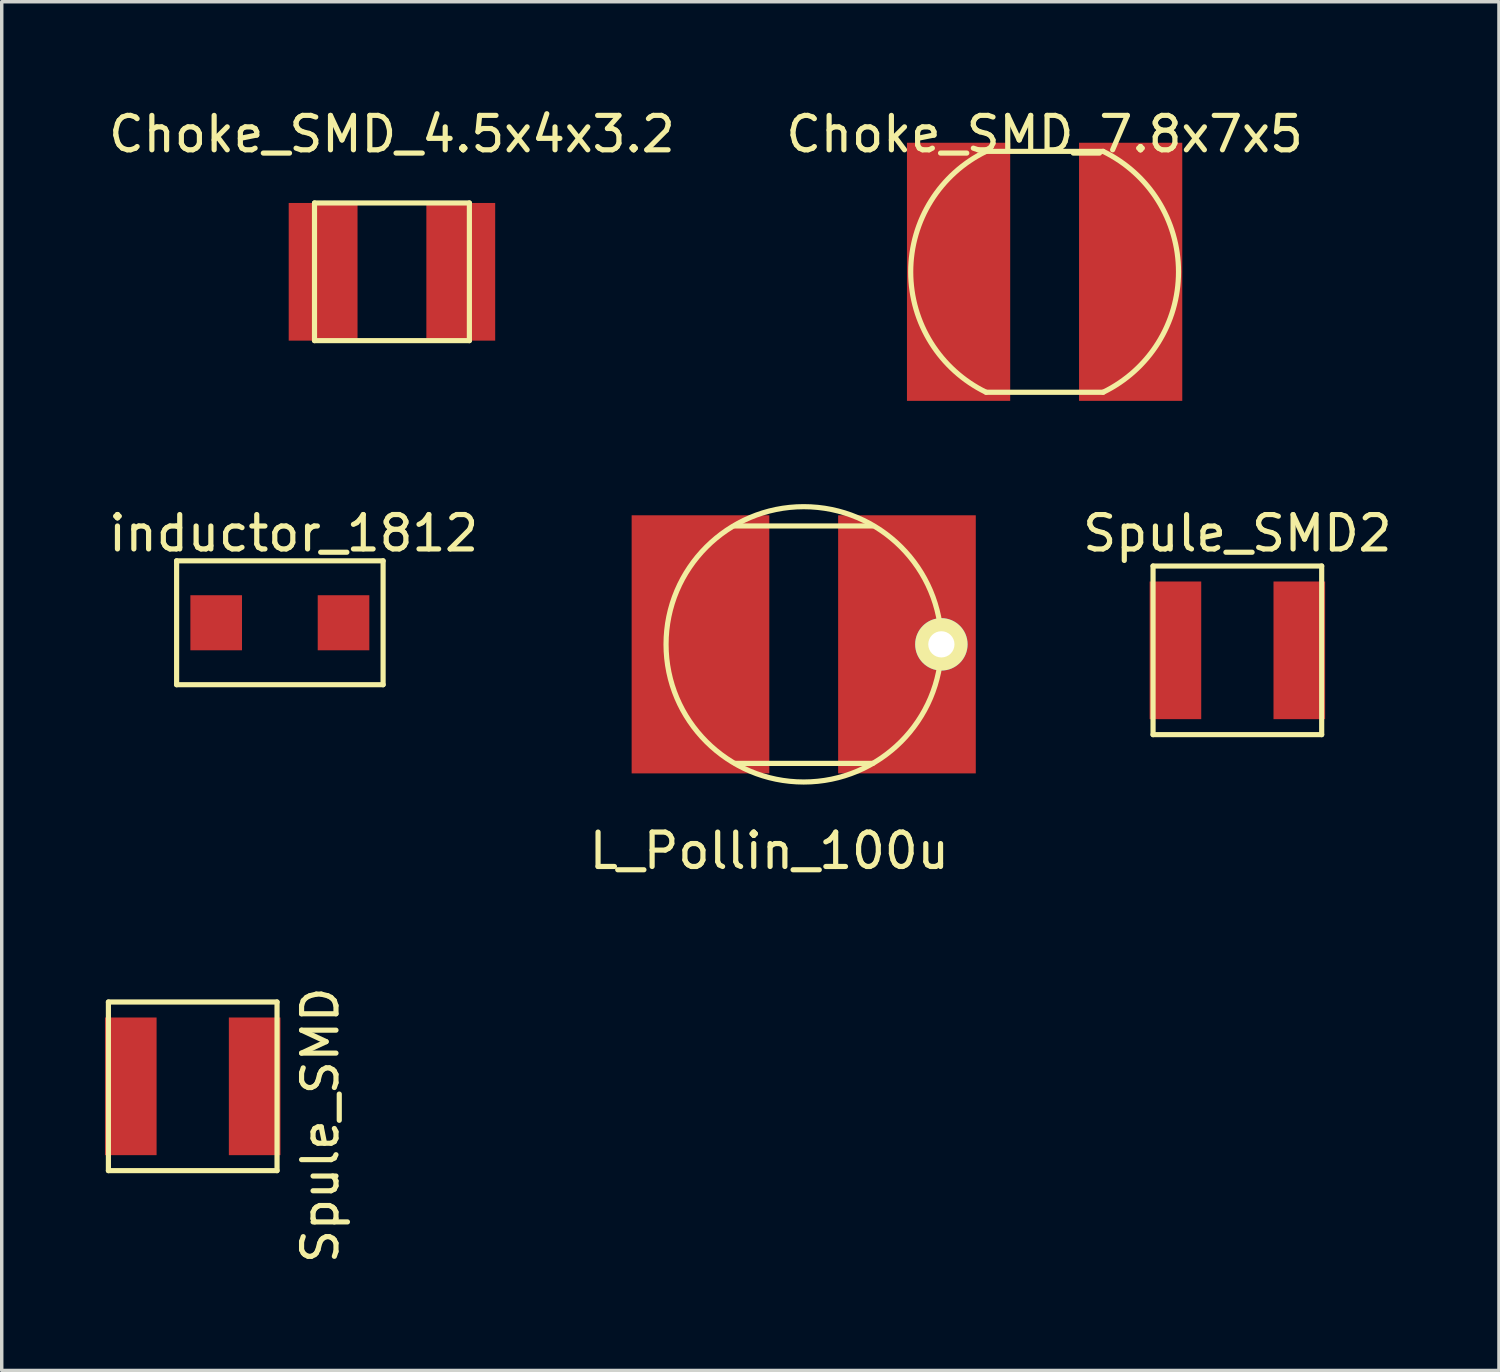
<source format=kicad_pcb>
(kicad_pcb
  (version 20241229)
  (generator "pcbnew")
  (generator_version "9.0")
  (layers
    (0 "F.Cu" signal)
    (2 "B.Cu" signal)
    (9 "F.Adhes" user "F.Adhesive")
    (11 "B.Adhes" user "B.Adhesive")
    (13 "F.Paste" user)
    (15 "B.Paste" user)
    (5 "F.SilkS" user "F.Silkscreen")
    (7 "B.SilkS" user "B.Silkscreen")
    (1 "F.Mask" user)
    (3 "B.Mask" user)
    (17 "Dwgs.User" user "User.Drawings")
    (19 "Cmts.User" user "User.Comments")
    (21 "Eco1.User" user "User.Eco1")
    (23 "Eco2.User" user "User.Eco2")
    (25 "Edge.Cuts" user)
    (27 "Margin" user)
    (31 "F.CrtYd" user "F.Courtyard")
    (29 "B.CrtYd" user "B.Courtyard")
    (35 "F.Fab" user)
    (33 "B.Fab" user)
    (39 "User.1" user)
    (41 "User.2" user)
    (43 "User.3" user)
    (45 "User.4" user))
  (footprint "Spule_SMD"
    (layer "F.Cu")
    (at 2.55 28.516)
    (property "Reference" "Spule_SMD" (at 3.708 1.13 90) (layer "F.SilkS") (effects (font (size 1 1) (thickness 0.15))))
    (attr through_hole)
    (fp_line (start -2.45 -2.45) (end -2.45 2.45) (stroke (width 0.15) (type solid)) (layer "F.SilkS"))
    (fp_line (start -2.45 2.45) (end 2.45 2.45) (stroke (width 0.15) (type solid)) (layer "F.SilkS"))
    (fp_line (start 2.45 -2.45) (end -2.45 -2.45) (stroke (width 0.15) (type solid)) (layer "F.SilkS"))
    (fp_line (start 2.45 2.45) (end 2.45 -2.45) (stroke (width 0.15) (type solid)) (layer "F.SilkS"))
    (pad "1" smd rect (at -1.8 0) (size 1.5 4) (layers "F.Cu" "F.Mask" "F.Paste"))
    (pad "2" smd rect (at 1.8 0) (size 1.5 4) (layers "F.Cu" "F.Mask" "F.Paste")))
  (footprint "inductor_1812"
    (layer "F.Cu")
    (at 5.082 15.046)
    (property "Reference" "inductor_1812" (at 0.4 -2.6 0) (layer "F.SilkS") (effects (font (size 1 1) (thickness 0.15))))
    (attr through_hole)
    (fp_line (start -3 -1.8) (end 3 -1.8) (stroke (width 0.15) (type solid)) (layer "F.SilkS"))
    (fp_line (start -3 1.8) (end -3 -1.8) (stroke (width 0.15) (type solid)) (layer "F.SilkS"))
    (fp_line (start 3 -1.8) (end 3 1.8) (stroke (width 0.15) (type solid)) (layer "F.SilkS"))
    (fp_line (start 3 1.8) (end -3 1.8) (stroke (width 0.15) (type solid)) (layer "F.SilkS"))
    (pad "1" smd rect (at -1.85 0) (size 1.5 1.6) (layers "F.Cu" "F.Mask" "F.Paste"))
    (pad "2" smd rect (at 1.85 0) (size 1.5 1.6) (layers "F.Cu" "F.Mask" "F.Paste")))
  (footprint "L_Pollin_100u"
    (layer "F.Cu")
    (at 16.304 19.673)
    (property "Reference" "L_Pollin_100u" (at 3 2 0) (layer "F.SilkS") (effects (font (size 1 1) (thickness 0.15))))
    (attr through_hole)
    (fp_line (start 2 -7.44) (end 6 -7.44) (stroke (width 0.15) (type solid)) (layer "F.SilkS"))
    (fp_line (start 2.01 -0.54) (end 6.01 -0.54) (stroke (width 0.15) (type solid)) (layer "F.SilkS"))
    (fp_circle (center 4 -4) (end 4 0) (stroke (width 0.15) (type solid)) (fill no) (layer "F.SilkS"))
    (pad "1" smd rect (at 1 -4) (size 4 7.5) (layers "F.Cu" "F.Mask" "F.Paste"))
    (pad "2" smd rect (at 7 -4) (size 4 7.5) (layers "F.Cu" "F.Mask" "F.Paste"))
    (pad "2" thru_hole circle (at 8 -4) (size 1.524 1.524) (drill 0.762) (layers "*.Cu" "*.Mask" "F.SilkS")))
  (footprint "Choke_SMD_4.5x4x3.2"
    (layer "F.Cu")
    (at 8.339 4.848)
    (property "Reference" "Choke_SMD_4.5x4x3.2" (at 0 -4 0) (layer "F.SilkS") (effects (font (size 1 1) (thickness 0.15))))
    (attr through_hole)
    (fp_line (start -2.25 -2) (end 2.25 -2) (stroke (width 0.15) (type solid)) (layer "F.SilkS"))
    (fp_line (start -2.25 2) (end -2.25 -2) (stroke (width 0.15) (type solid)) (layer "F.SilkS"))
    (fp_line (start 2.25 -2) (end 2.25 2) (stroke (width 0.15) (type solid)) (layer "F.SilkS"))
    (fp_line (start 2.25 2) (end -2.25 2) (stroke (width 0.15) (type solid)) (layer "F.SilkS"))
    (pad "1" smd rect (at -2 0) (size 2 4) (layers "F.Cu" "F.Mask" "F.Paste"))
    (pad "2" smd rect (at 2 0) (size 2 4) (layers "F.Cu" "F.Mask" "F.Paste")))
  (footprint "Spule_SMD2"
    (layer "F.Cu")
    (at 32.905 15.847)
    (property "Reference" "Spule_SMD2" (at 0 -3.4 0) (layer "F.SilkS") (effects (font (size 1 1) (thickness 0.15))))
    (attr through_hole)
    (fp_line (start -2.45 -2.45) (end -2.45 2.45) (stroke (width 0.15) (type solid)) (layer "F.SilkS"))
    (fp_line (start -2.45 2.45) (end 2.45 2.45) (stroke (width 0.15) (type solid)) (layer "F.SilkS"))
    (fp_line (start 2.45 -2.45) (end -2.45 -2.45) (stroke (width 0.15) (type solid)) (layer "F.SilkS"))
    (fp_line (start 2.45 2.45) (end 2.45 -2.45) (stroke (width 0.15) (type solid)) (layer "F.SilkS"))
    (pad "1" smd rect (at -1.8 0) (size 1.5 4) (layers "F.Cu" "F.Mask" "F.Paste"))
    (pad "2" smd rect (at 1.8 0) (size 1.5 4) (layers "F.Cu" "F.Mask" "F.Paste")))
  (footprint "Choke_SMD_7.8x7x5"
    (layer "F.Cu")
    (at 27.304 4.848)
    (property "Reference" "Choke_SMD_7.8x7x5" (at 0 -4 0) (layer "F.SilkS") (effects (font (size 1 1) (thickness 0.15))))
    (attr through_hole)
    (fp_line (start -1.7 -3.5) (end 1.7 -3.5) (stroke (width 0.15) (type solid)) (layer "F.SilkS"))
    (fp_line (start 1.7 3.5) (end -1.7 3.5) (stroke (width 0.15) (type solid)) (layer "F.SilkS"))
    (fp_arc (start -1.7 3.5) (mid -3.891015 0) (end -1.7 -3.5) (stroke (width 0.15) (type solid)) (layer "F.SilkS"))
    (fp_arc (start 1.7 -3.5) (mid 3.891015 0) (end 1.7 3.5) (stroke (width 0.15) (type solid)) (layer "F.SilkS"))
    (pad "1" smd rect (at -2.5 0) (size 3 7.5) (layers "F.Cu" "F.Mask" "F.Paste"))
    (pad "2" smd rect (at 2.5 0) (size 3 7.5) (layers "F.Cu" "F.Mask" "F.Paste")))
  (gr_rect
    (start -3 -3)
    (end 40.506 36.772)
    (stroke (width 0.1) (type default))
    (fill no)
    (layer "Edge.Cuts")))
</source>
